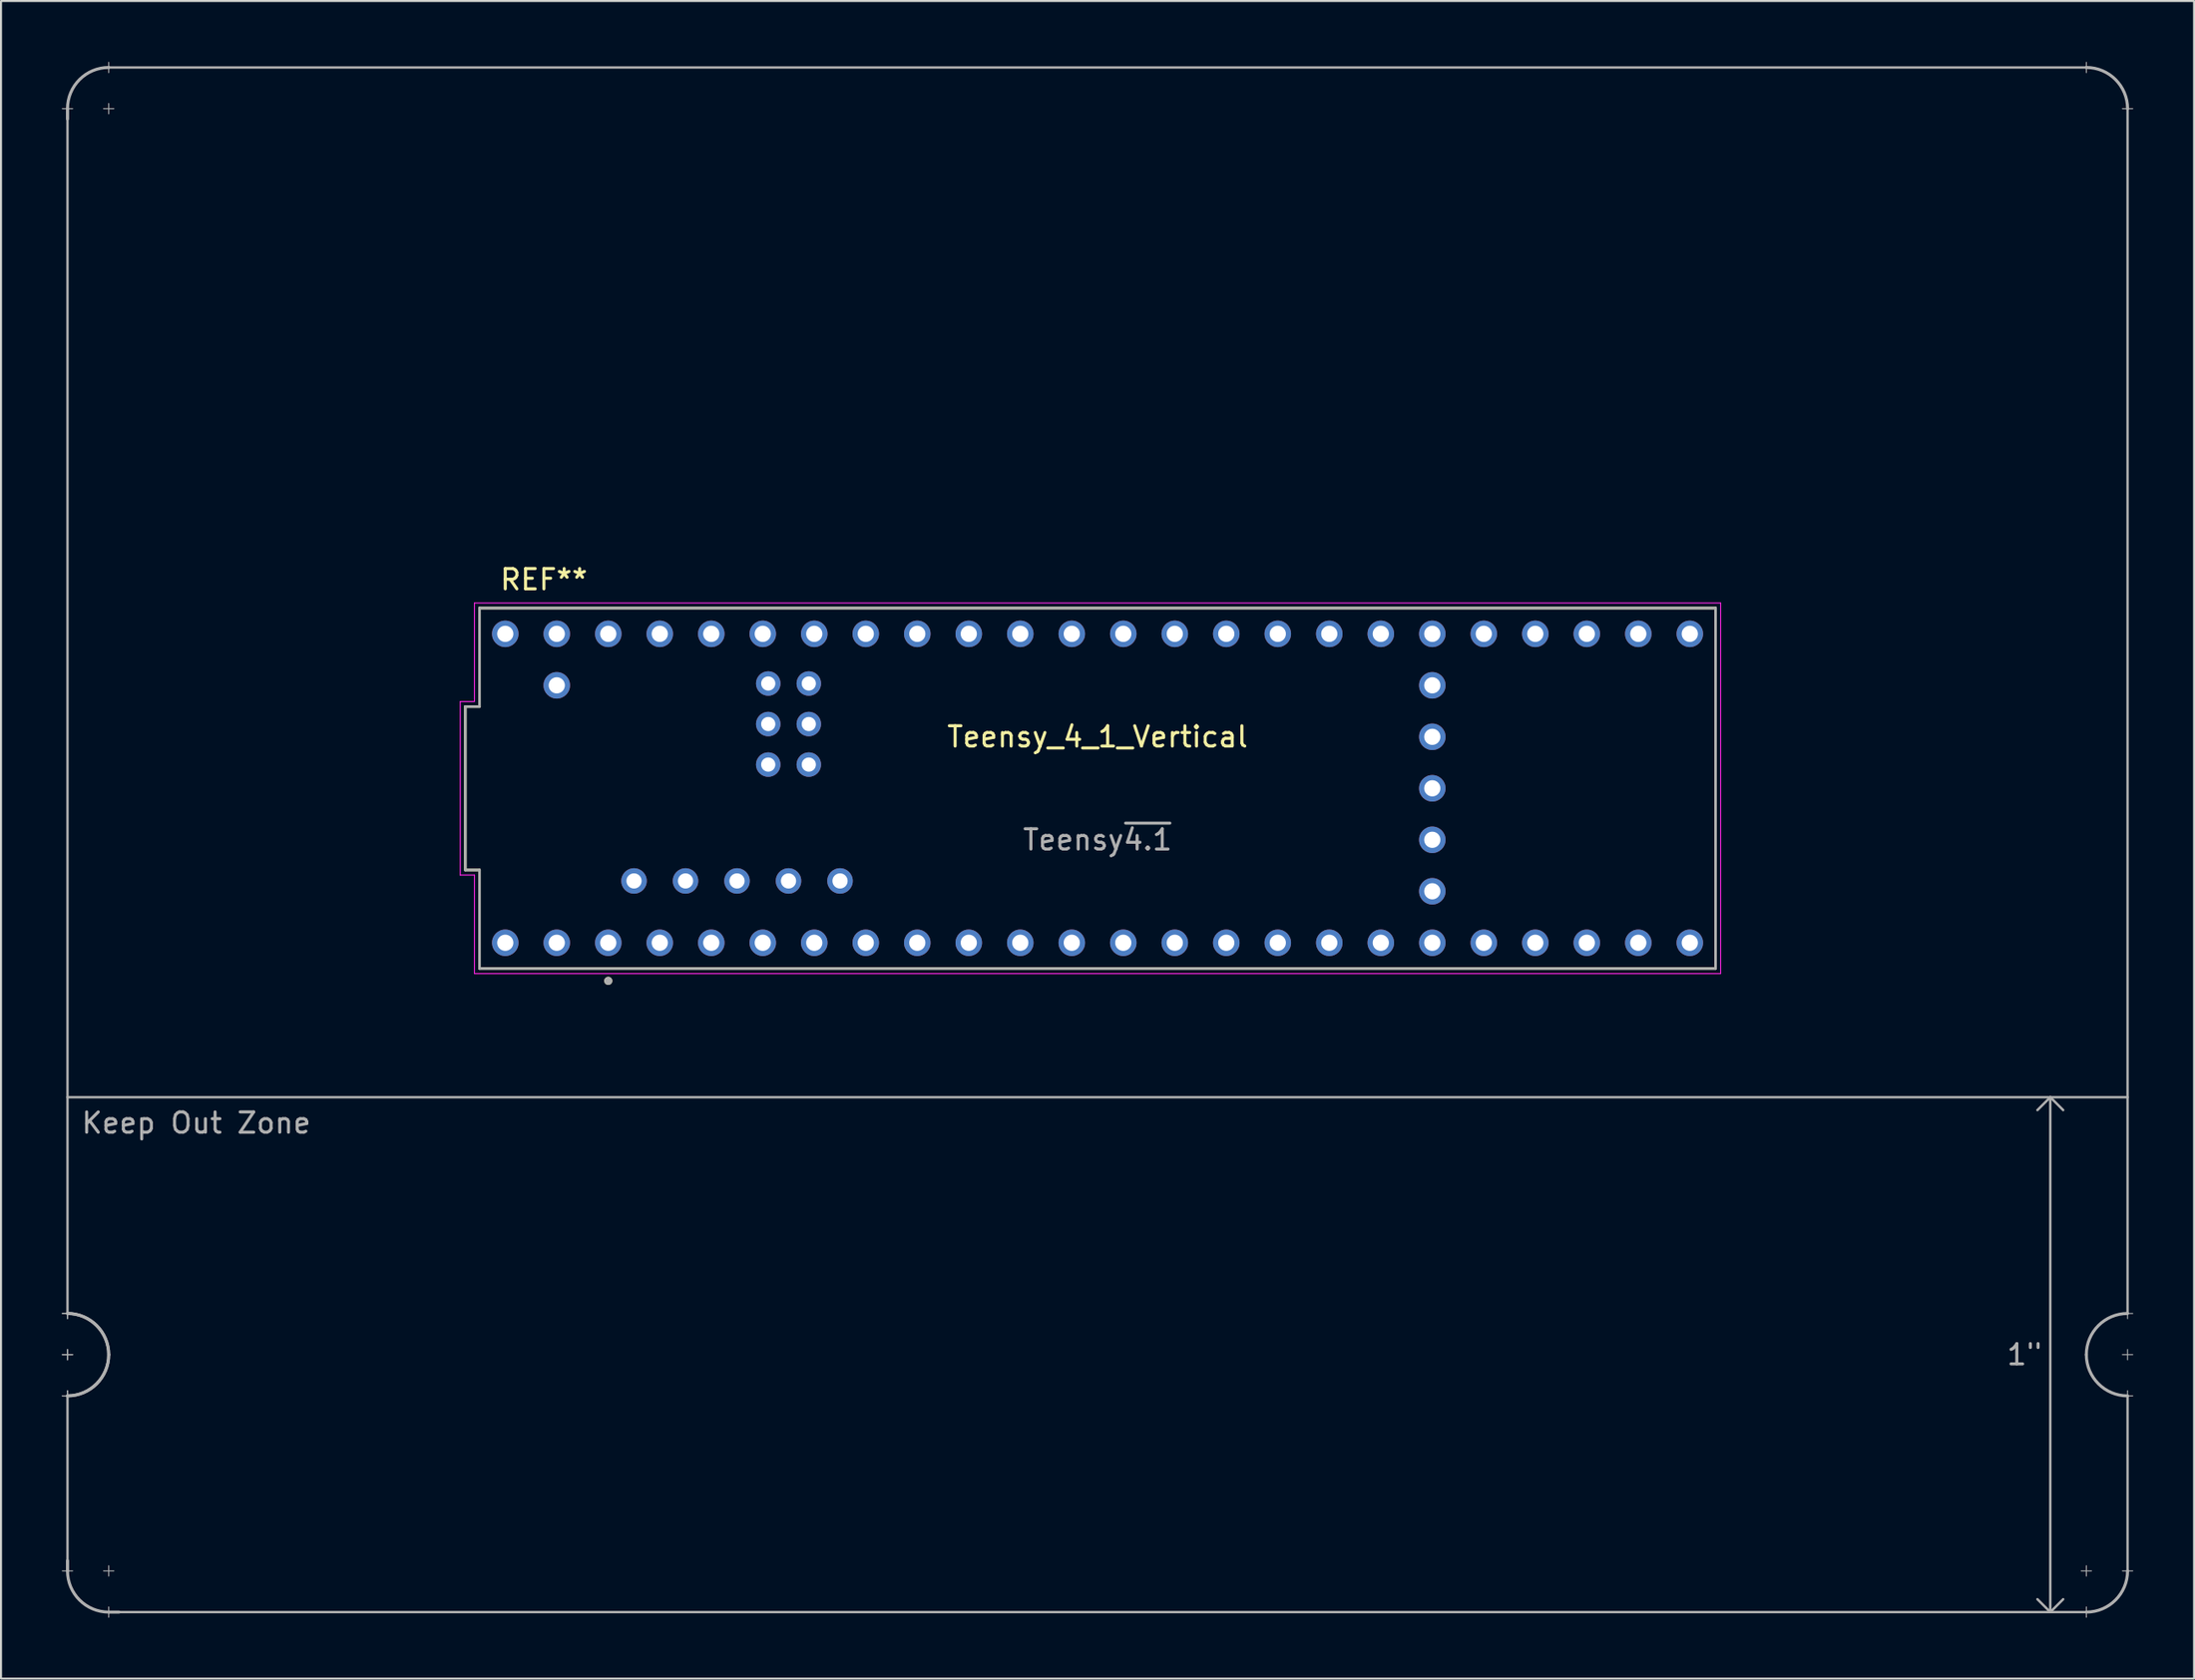
<source format=kicad_pcb>
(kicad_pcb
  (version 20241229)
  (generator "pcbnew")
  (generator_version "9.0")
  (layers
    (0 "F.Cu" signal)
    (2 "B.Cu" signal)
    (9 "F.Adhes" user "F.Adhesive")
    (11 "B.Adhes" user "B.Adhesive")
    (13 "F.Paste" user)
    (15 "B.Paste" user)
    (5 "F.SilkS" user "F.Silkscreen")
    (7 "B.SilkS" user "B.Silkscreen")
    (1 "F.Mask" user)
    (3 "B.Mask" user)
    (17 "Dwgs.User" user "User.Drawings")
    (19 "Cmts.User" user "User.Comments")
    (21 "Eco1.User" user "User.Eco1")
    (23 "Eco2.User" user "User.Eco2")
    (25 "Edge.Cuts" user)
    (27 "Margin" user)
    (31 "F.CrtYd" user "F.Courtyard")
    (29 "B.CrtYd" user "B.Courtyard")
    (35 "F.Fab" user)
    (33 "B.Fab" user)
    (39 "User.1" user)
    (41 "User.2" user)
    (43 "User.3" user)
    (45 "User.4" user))
  (footprint "Teensy_4_1_Vertical"
    (layer "F.Cu")
    (at 0.279 0.279)
    (property "Reference" "Teensy_4_1_Vertical" (at 50.8 33.02 0) (layer "F.SilkS") (effects (font (size 1 1) (thickness 0.15))))
    (attr through_hole)
    (fp_line (start 19.62 39.59) (end 19.62 31.53) (stroke (width 0.127) (type solid)) (layer "F.SilkS"))
    (fp_line (start 20.32 26.67) (end 20.32 31.53) (stroke (width 0.127) (type solid)) (layer "F.SilkS"))
    (fp_line (start 20.32 26.67) (end 81.28 26.67) (stroke (width 0.127) (type solid)) (layer "F.SilkS"))
    (fp_line (start 20.32 31.53) (end 19.62 31.53) (stroke (width 0.127) (type solid)) (layer "F.SilkS"))
    (fp_line (start 20.32 39.59) (end 19.62 39.59) (stroke (width 0.127) (type solid)) (layer "F.SilkS"))
    (fp_line (start 20.32 44.45) (end 20.32 39.59) (stroke (width 0.127) (type solid)) (layer "F.SilkS"))
    (fp_line (start 81.28 26.67) (end 81.28 44.45) (stroke (width 0.127) (type solid)) (layer "F.SilkS"))
    (fp_line (start 81.28 44.45) (end 20.32 44.45) (stroke (width 0.127) (type solid)) (layer "F.SilkS"))
    (fp_circle (center 26.67 45.06) (end 26.77 45.06) (stroke (width 0.2) (type solid)) (fill no) (layer "F.SilkS"))
    (fp_line (start 19.37 39.84) (end 19.37 31.28) (stroke (width 0.05) (type solid)) (layer "F.CrtYd"))
    (fp_line (start 20.07 26.42) (end 20.07 31.28) (stroke (width 0.05) (type solid)) (layer "F.CrtYd"))
    (fp_line (start 20.07 26.42) (end 81.53 26.42) (stroke (width 0.05) (type solid)) (layer "F.CrtYd"))
    (fp_line (start 20.07 31.28) (end 19.37 31.28) (stroke (width 0.05) (type solid)) (layer "F.CrtYd"))
    (fp_line (start 20.07 39.84) (end 19.37 39.84) (stroke (width 0.05) (type solid)) (layer "F.CrtYd"))
    (fp_line (start 20.07 44.7) (end 20.07 39.84) (stroke (width 0.05) (type solid)) (layer "F.CrtYd"))
    (fp_line (start 81.53 26.42) (end 81.53 44.7) (stroke (width 0.05) (type solid)) (layer "F.CrtYd"))
    (fp_line (start 81.53 44.7) (end 20.07 44.7) (stroke (width 0.05) (type solid)) (layer "F.CrtYd"))
    (fp_line (start -0.254 61.468) (end 0.254 61.468) (stroke (width 0.05) (type solid)) (layer "F.Fab"))
    (fp_line (start -0.254 61.468) (end 0.254 61.468) (stroke (width 0.05) (type solid)) (layer "F.Fab"))
    (fp_line (start -0.254 63.5) (end 0.254 63.5) (stroke (width 0.05) (type solid)) (layer "F.Fab"))
    (fp_line (start -0.254 63.5) (end 0.254 63.5) (stroke (width 0.05) (type solid)) (layer "F.Fab"))
    (fp_line (start -0.254 65.532) (end 0.254 65.532) (stroke (width 0.05) (type solid)) (layer "F.Fab"))
    (fp_line (start -0.254 65.532) (end 0.254 65.532) (stroke (width 0.05) (type solid)) (layer "F.Fab"))
    (fp_line (start 0 2.032) (end 0 2.54) (stroke (width 0.15) (type solid)) (layer "F.Fab"))
    (fp_line (start 0 2.032) (end 0 61.468) (stroke (width 0.12) (type solid)) (layer "F.Fab"))
    (fp_line (start 0 50.8) (end 101.6 50.8) (stroke (width 0.12) (type solid)) (layer "F.Fab"))
    (fp_line (start 0 61.214) (end 0 61.722) (stroke (width 0.05) (type solid)) (layer "F.Fab"))
    (fp_line (start 0 61.214) (end 0 61.722) (stroke (width 0.05) (type solid)) (layer "F.Fab"))
    (fp_line (start 0 63.246) (end 0 63.754) (stroke (width 0.05) (type solid)) (layer "F.Fab"))
    (fp_line (start 0 63.246) (end 0 63.754) (stroke (width 0.05) (type solid)) (layer "F.Fab"))
    (fp_line (start 0 65.278) (end 0 65.786) (stroke (width 0.05) (type solid)) (layer "F.Fab"))
    (fp_line (start 0 65.278) (end 0 65.786) (stroke (width 0.05) (type solid)) (layer "F.Fab"))
    (fp_line (start 0 65.532) (end 0 74.168) (stroke (width 0.12) (type solid)) (layer "F.Fab"))
    (fp_line (start 0 73.66) (end 0 74.168) (stroke (width 0.15) (type solid)) (layer "F.Fab"))
    (fp_line (start 0.254 2.032) (end -0.254 2.032) (stroke (width 0.05) (type solid)) (layer "F.Fab"))
    (fp_line (start 0.254 74.168) (end -0.254 74.168) (stroke (width 0.05) (type solid)) (layer "F.Fab"))
    (fp_line (start 1.778 74.168) (end 2.286 74.168) (stroke (width 0.05) (type solid)) (layer "F.Fab"))
    (fp_line (start 2.032 0.254) (end 2.032 -0.254) (stroke (width 0.05) (type solid)) (layer "F.Fab"))
    (fp_line (start 2.032 1.778) (end 2.032 2.286) (stroke (width 0.05) (type solid)) (layer "F.Fab"))
    (fp_line (start 2.032 73.914) (end 2.032 74.422) (stroke (width 0.05) (type solid)) (layer "F.Fab"))
    (fp_line (start 2.032 75.946) (end 2.032 76.454) (stroke (width 0.05) (type solid)) (layer "F.Fab"))
    (fp_line (start 2.032 76.2) (end 2.54 76.2) (stroke (width 0.15) (type solid)) (layer "F.Fab"))
    (fp_line (start 2.032 76.2) (end 99.568 76.2) (stroke (width 0.12) (type solid)) (layer "F.Fab"))
    (fp_line (start 2.286 2.032) (end 1.778 2.032) (stroke (width 0.05) (type solid)) (layer "F.Fab"))
    (fp_line (start 19.62 39.59) (end 19.62 31.53) (stroke (width 0.127) (type solid)) (layer "F.Fab"))
    (fp_line (start 20.32 26.67) (end 20.32 31.53) (stroke (width 0.127) (type solid)) (layer "F.Fab"))
    (fp_line (start 20.32 26.67) (end 81.28 26.67) (stroke (width 0.127) (type solid)) (layer "F.Fab"))
    (fp_line (start 20.32 31.53) (end 19.62 31.53) (stroke (width 0.127) (type solid)) (layer "F.Fab"))
    (fp_line (start 20.32 39.59) (end 19.62 39.59) (stroke (width 0.127) (type solid)) (layer "F.Fab"))
    (fp_line (start 20.32 44.45) (end 20.32 39.59) (stroke (width 0.127) (type solid)) (layer "F.Fab"))
    (fp_line (start 81.28 26.67) (end 81.28 44.45) (stroke (width 0.127) (type solid)) (layer "F.Fab"))
    (fp_line (start 81.28 44.45) (end 20.32 44.45) (stroke (width 0.127) (type solid)) (layer "F.Fab"))
    (fp_line (start 97.155 51.435) (end 97.79 50.8) (stroke (width 0.12) (type solid)) (layer "F.Fab"))
    (fp_line (start 97.155 75.565) (end 97.79 76.2) (stroke (width 0.12) (type solid)) (layer "F.Fab"))
    (fp_line (start 97.79 50.8) (end 98.425 51.435) (stroke (width 0.12) (type solid)) (layer "F.Fab"))
    (fp_line (start 97.79 76.2) (end 97.79 50.8) (stroke (width 0.12) (type solid)) (layer "F.Fab"))
    (fp_line (start 97.79 76.2) (end 98.425 75.565) (stroke (width 0.12) (type solid)) (layer "F.Fab"))
    (fp_line (start 99.314 74.168) (end 99.822 74.168) (stroke (width 0.05) (type solid)) (layer "F.Fab"))
    (fp_line (start 99.568 0) (end 2.032 0) (stroke (width 0.12) (type solid)) (layer "F.Fab"))
    (fp_line (start 99.568 0.254) (end 99.568 -0.254) (stroke (width 0.05) (type solid)) (layer "F.Fab"))
    (fp_line (start 99.568 74.422) (end 99.568 73.914) (stroke (width 0.05) (type solid)) (layer "F.Fab"))
    (fp_line (start 99.568 75.946) (end 99.568 76.454) (stroke (width 0.05) (type solid)) (layer "F.Fab"))
    (fp_line (start 101.346 2.032) (end 101.854 2.032) (stroke (width 0.05) (type solid)) (layer "F.Fab"))
    (fp_line (start 101.346 74.168) (end 101.854 74.168) (stroke (width 0.05) (type solid)) (layer "F.Fab"))
    (fp_line (start 101.6 61.468) (end 101.6 2.032) (stroke (width 0.12) (type solid)) (layer "F.Fab"))
    (fp_line (start 101.6 61.722) (end 101.6 61.214) (stroke (width 0.05) (type solid)) (layer "F.Fab"))
    (fp_line (start 101.6 63.754) (end 101.6 63.246) (stroke (width 0.05) (type solid)) (layer "F.Fab"))
    (fp_line (start 101.6 65.532) (end 101.6 74.168) (stroke (width 0.12) (type solid)) (layer "F.Fab"))
    (fp_line (start 101.6 65.786) (end 101.6 65.278) (stroke (width 0.05) (type solid)) (layer "F.Fab"))
    (fp_line (start 101.854 61.468) (end 101.346 61.468) (stroke (width 0.05) (type solid)) (layer "F.Fab"))
    (fp_line (start 101.854 63.5) (end 101.346 63.5) (stroke (width 0.05) (type solid)) (layer "F.Fab"))
    (fp_line (start 101.854 65.532) (end 101.346 65.532) (stroke (width 0.05) (type solid)) (layer "F.Fab"))
    (fp_arc (start 0 2.032) (mid 0.595159 0.595159) (end 2.032 0) (stroke (width 0.15) (type solid)) (layer "F.Fab"))
    (fp_arc (start 0 61.468) (mid 1.436841 62.063159) (end 2.032 63.5) (stroke (width 0.15) (type solid)) (layer "F.Fab"))
    (fp_arc (start 0 61.468) (mid 1.436841 62.063159) (end 2.032 63.5) (stroke (width 0.15) (type solid)) (layer "F.Fab"))
    (fp_arc (start 2.032 63.5) (mid 1.436841 64.936841) (end 0 65.532) (stroke (width 0.15) (type solid)) (layer "F.Fab"))
    (fp_arc (start 2.032 63.5) (mid 1.436841 64.936841) (end 0 65.532) (stroke (width 0.15) (type solid)) (layer "F.Fab"))
    (fp_arc (start 2.032 76.2) (mid 0.595159 75.604841) (end 0 74.168) (stroke (width 0.15) (type solid)) (layer "F.Fab"))
    (fp_arc (start 99.568 0) (mid 101.004841 0.595159) (end 101.6 2.032) (stroke (width 0.15) (type solid)) (layer "F.Fab"))
    (fp_arc (start 99.568 63.5) (mid 100.163159 62.063159) (end 101.6 61.468) (stroke (width 0.15) (type solid)) (layer "F.Fab"))
    (fp_arc (start 101.6 65.532) (mid 100.163159 64.936841) (end 99.568 63.5) (stroke (width 0.15) (type solid)) (layer "F.Fab"))
    (fp_arc (start 101.6 74.168) (mid 101.004841 75.604841) (end 99.568 76.2) (stroke (width 0.15) (type solid)) (layer "F.Fab"))
    (fp_circle (center 26.67 45.06) (end 26.77 45.06) (stroke (width 0.2) (type solid)) (fill no) (layer "F.Fab"))
    (fp_text user "REF**" (at 23.495 25.265 0) (layer "F.SilkS") (effects (font (size 1 1) (thickness 0.15))))
    (fp_text user "1\"" (at 96.52 63.5 0) (layer "F.Fab") (effects (font (size 1 1) (thickness 0.15))))
    (fp_text user "Teensy~{4.1}" (at 50.8 38.1 0) (layer "F.Fab") (effects (font (size 1 1) (thickness 0.15))))
    (fp_text user "Keep Out Zone" (at 6.35 52.07 0) (layer "F.Fab") (effects (font (size 1 1) (thickness 0.15))))
    (pad "0" thru_hole circle (at 24.13 43.18) (size 1.308 1.308) (drill 0.8) (layers "*.Cu" "*.Mask"))
    (pad "1" thru_hole circle (at 26.67 43.18) (size 1.308 1.308) (drill 0.8) (layers "*.Cu" "*.Mask"))
    (pad "2" thru_hole circle (at 29.21 43.18) (size 1.308 1.308) (drill 0.8) (layers "*.Cu" "*.Mask"))
    (pad "3" thru_hole circle (at 31.75 43.18) (size 1.308 1.308) (drill 0.8) (layers "*.Cu" "*.Mask"))
    (pad "3.3V_1" thru_hole circle (at 57.15 43.18) (size 1.308 1.308) (drill 0.8) (layers "*.Cu" "*.Mask"))
    (pad "3.3V_2" thru_hole circle (at 26.67 27.94) (size 1.308 1.308) (drill 0.8) (layers "*.Cu" "*.Mask"))
    (pad "3.3V_3" thru_hole circle (at 67.31 38.1) (size 1.308 1.308) (drill 0.8) (layers "*.Cu" "*.Mask"))
    (pad "4" thru_hole circle (at 34.29 43.18) (size 1.308 1.308) (drill 0.8) (layers "*.Cu" "*.Mask"))
    (pad "5" thru_hole circle (at 36.83 43.18) (size 1.308 1.308) (drill 0.8) (layers "*.Cu" "*.Mask"))
    (pad "5V" thru_hole circle (at 27.94 40.13) (size 1.258 1.258) (drill 0.75) (layers "*.Cu" "*.Mask"))
    (pad "6" thru_hole circle (at 39.37 43.18) (size 1.308 1.308) (drill 0.8) (layers "*.Cu" "*.Mask"))
    (pad "7" thru_hole circle (at 41.91 43.18) (size 1.308 1.308) (drill 0.8) (layers "*.Cu" "*.Mask"))
    (pad "8" thru_hole circle (at 44.45 43.18) (size 1.308 1.308) (drill 0.8) (layers "*.Cu" "*.Mask"))
    (pad "9" thru_hole circle (at 46.99 43.18) (size 1.308 1.308) (drill 0.8) (layers "*.Cu" "*.Mask"))
    (pad "10" thru_hole circle (at 49.53 43.18) (size 1.308 1.308) (drill 0.8) (layers "*.Cu" "*.Mask"))
    (pad "11" thru_hole circle (at 52.07 43.18) (size 1.308 1.308) (drill 0.8) (layers "*.Cu" "*.Mask"))
    (pad "12" thru_hole circle (at 54.61 43.18) (size 1.308 1.308) (drill 0.8) (layers "*.Cu" "*.Mask"))
    (pad "13" thru_hole circle (at 54.61 27.94) (size 1.308 1.308) (drill 0.8) (layers "*.Cu" "*.Mask"))
    (pad "14" thru_hole circle (at 52.07 27.94) (size 1.308 1.308) (drill 0.8) (layers "*.Cu" "*.Mask"))
    (pad "15" thru_hole circle (at 49.53 27.94) (size 1.308 1.308) (drill 0.8) (layers "*.Cu" "*.Mask"))
    (pad "16" thru_hole circle (at 46.99 27.94) (size 1.308 1.308) (drill 0.8) (layers "*.Cu" "*.Mask"))
    (pad "17" thru_hole circle (at 44.45 27.94) (size 1.308 1.308) (drill 0.8) (layers "*.Cu" "*.Mask"))
    (pad "18" thru_hole circle (at 41.91 27.94) (size 1.308 1.308) (drill 0.8) (layers "*.Cu" "*.Mask"))
    (pad "19" thru_hole circle (at 39.37 27.94) (size 1.308 1.308) (drill 0.8) (layers "*.Cu" "*.Mask"))
    (pad "20" thru_hole circle (at 36.83 27.94) (size 1.308 1.308) (drill 0.8) (layers "*.Cu" "*.Mask"))
    (pad "21" thru_hole circle (at 34.29 27.94) (size 1.308 1.308) (drill 0.8) (layers "*.Cu" "*.Mask"))
    (pad "22" thru_hole circle (at 31.75 27.94) (size 1.308 1.308) (drill 0.8) (layers "*.Cu" "*.Mask"))
    (pad "23" thru_hole circle (at 29.21 27.94) (size 1.308 1.308) (drill 0.8) (layers "*.Cu" "*.Mask"))
    (pad "24" thru_hole circle (at 59.69 43.18) (size 1.308 1.308) (drill 0.8) (layers "*.Cu" "*.Mask"))
    (pad "25" thru_hole circle (at 62.23 43.18) (size 1.308 1.308) (drill 0.8) (layers "*.Cu" "*.Mask"))
    (pad "26" thru_hole circle (at 64.77 43.18) (size 1.308 1.308) (drill 0.8) (layers "*.Cu" "*.Mask"))
    (pad "27" thru_hole circle (at 67.31 43.18) (size 1.308 1.308) (drill 0.8) (layers "*.Cu" "*.Mask"))
    (pad "28" thru_hole circle (at 69.85 43.18) (size 1.308 1.308) (drill 0.8) (layers "*.Cu" "*.Mask"))
    (pad "29" thru_hole circle (at 72.39 43.18) (size 1.308 1.308) (drill 0.8) (layers "*.Cu" "*.Mask"))
    (pad "30" thru_hole circle (at 74.93 43.18) (size 1.308 1.308) (drill 0.8) (layers "*.Cu" "*.Mask"))
    (pad "31" thru_hole circle (at 77.47 43.18) (size 1.308 1.308) (drill 0.8) (layers "*.Cu" "*.Mask"))
    (pad "32" thru_hole circle (at 80.01 43.18) (size 1.308 1.308) (drill 0.8) (layers "*.Cu" "*.Mask"))
    (pad "33" thru_hole circle (at 80.01 27.94) (size 1.308 1.308) (drill 0.8) (layers "*.Cu" "*.Mask"))
    (pad "34" thru_hole circle (at 77.47 27.94) (size 1.308 1.308) (drill 0.8) (layers "*.Cu" "*.Mask"))
    (pad "35" thru_hole circle (at 74.93 27.94) (size 1.308 1.308) (drill 0.8) (layers "*.Cu" "*.Mask"))
    (pad "36" thru_hole circle (at 72.39 27.94) (size 1.308 1.308) (drill 0.8) (layers "*.Cu" "*.Mask"))
    (pad "37" thru_hole circle (at 69.85 27.94) (size 1.308 1.308) (drill 0.8) (layers "*.Cu" "*.Mask"))
    (pad "38" thru_hole circle (at 67.31 27.94) (size 1.308 1.308) (drill 0.8) (layers "*.Cu" "*.Mask"))
    (pad "39" thru_hole circle (at 64.77 27.94) (size 1.308 1.308) (drill 0.8) (layers "*.Cu" "*.Mask"))
    (pad "40" thru_hole circle (at 62.23 27.94) (size 1.308 1.308) (drill 0.8) (layers "*.Cu" "*.Mask"))
    (pad "41" thru_hole circle (at 59.69 27.94) (size 1.308 1.308) (drill 0.8) (layers "*.Cu" "*.Mask"))
    (pad "D+" thru_hole circle (at 33.02 40.13 180) (size 1.258 1.258) (drill 0.75) (layers "*.Cu" "*.Mask"))
    (pad "D-" thru_hole circle (at 30.48 40.13) (size 1.258 1.258) (drill 0.75) (layers "*.Cu" "*.Mask"))
    (pad "GND1" thru_hole circle (at 21.59 43.18) (size 1.308 1.308) (drill 0.8) (layers "*.Cu" "*.Mask"))
    (pad "GND2" thru_hole circle (at 57.15 27.94) (size 1.308 1.308) (drill 0.8) (layers "*.Cu" "*.Mask"))
    (pad "GND3" thru_hole circle (at 24.13 27.94) (size 1.308 1.308) (drill 0.8) (layers "*.Cu" "*.Mask"))
    (pad "GND4" thru_hole circle (at 67.31 35.56) (size 1.308 1.308) (drill 0.8) (layers "*.Cu" "*.Mask"))
    (pad "GND5" thru_hole circle (at 36.56 32.39) (size 1.208 1.208) (drill 0.7) (layers "*.Cu" "*.Mask"))
    (pad "LED" thru_hole circle (at 34.56 32.39) (size 1.208 1.208) (drill 0.7) (layers "*.Cu" "*.Mask"))
    (pad "ON/OFF" thru_hole circle (at 67.31 30.48) (size 1.308 1.308) (drill 0.8) (layers "*.Cu" "*.Mask"))
    (pad "PROGRAM" thru_hole circle (at 67.31 33.02) (size 1.308 1.308) (drill 0.8) (layers "*.Cu" "*.Mask"))
    (pad "R+" thru_hole circle (at 34.56 30.39) (size 1.208 1.208) (drill 0.7) (layers "*.Cu" "*.Mask"))
    (pad "R-" thru_hole circle (at 36.56 30.39) (size 1.208 1.208) (drill 0.7) (layers "*.Cu" "*.Mask"))
    (pad "T+" thru_hole circle (at 36.56 34.39) (size 1.208 1.208) (drill 0.7) (layers "*.Cu" "*.Mask"))
    (pad "T-" thru_hole circle (at 34.56 34.39 270) (size 1.208 1.208) (drill 0.7) (layers "*.Cu" "*.Mask"))
    (pad "USB_GND1" thru_hole circle (at 35.56 40.13 180) (size 1.258 1.258) (drill 0.75) (layers "*.Cu" "*.Mask"))
    (pad "USB_GND2" thru_hole circle (at 38.1 40.13) (size 1.258 1.258) (drill 0.75) (layers "*.Cu" "*.Mask"))
    (pad "VBAT" thru_hole circle (at 67.31 40.64) (size 1.308 1.308) (drill 0.8) (layers "*.Cu" "*.Mask"))
    (pad "VIN" thru_hole circle (at 21.59 27.94) (size 1.308 1.308) (drill 0.8) (layers "*.Cu" "*.Mask"))
    (pad "VUSB" thru_hole circle (at 24.13 30.48) (size 1.308 1.308) (drill 0.8) (layers "*.Cu" "*.Mask")))
  (gr_rect
    (start -3 -3)
    (end 105.158 79.758)
    (stroke (width 0.1) (type default))
    (fill no)
    (layer "Edge.Cuts")))
</source>
